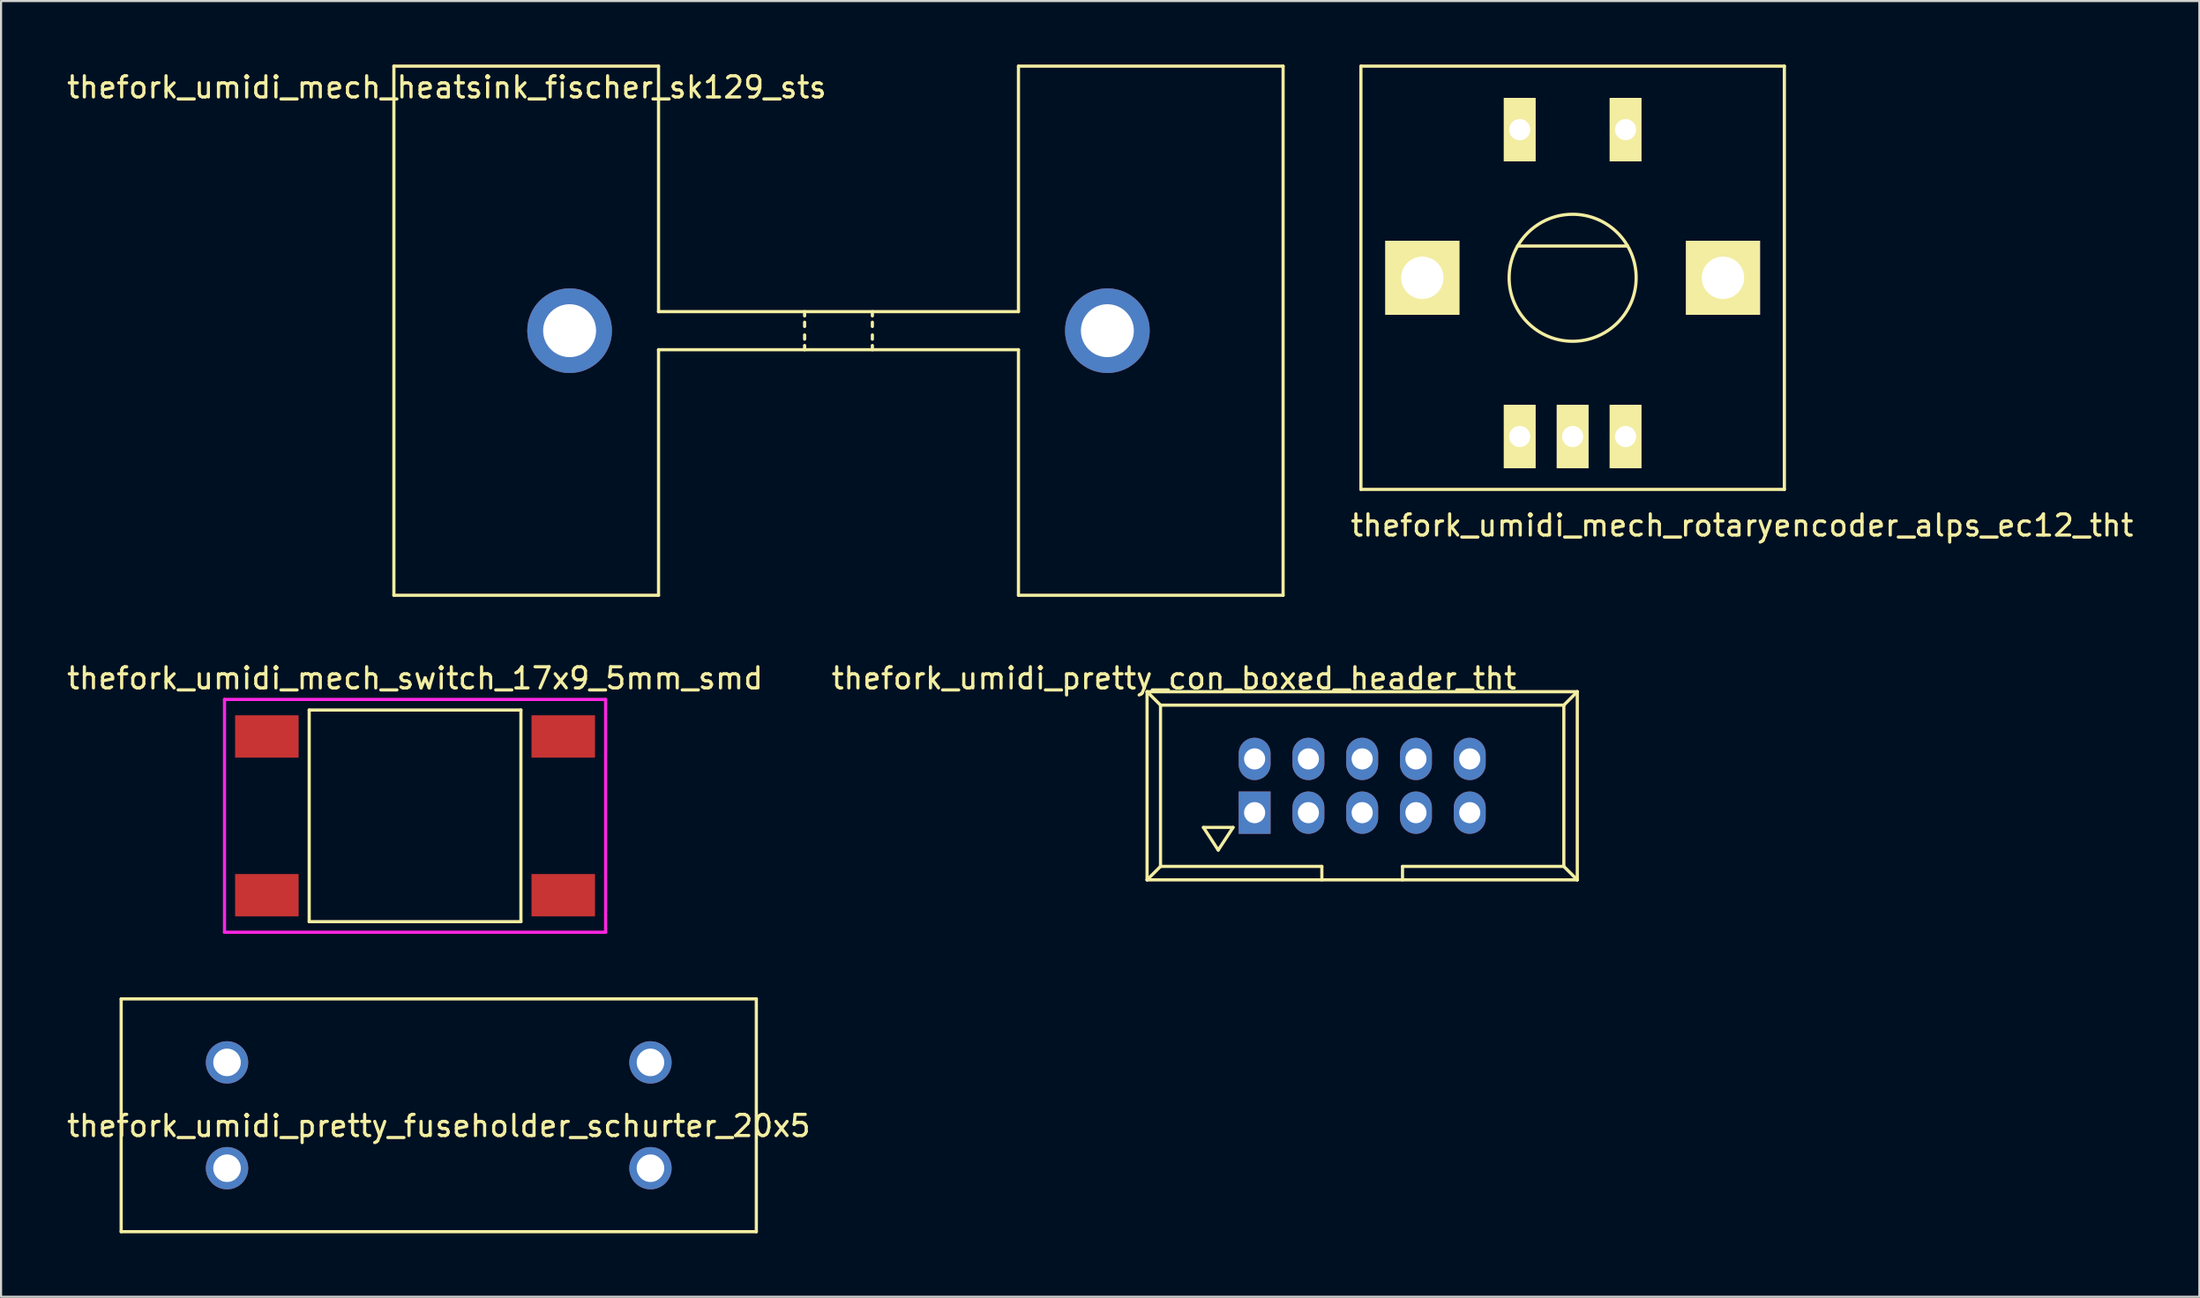
<source format=kicad_pcb>
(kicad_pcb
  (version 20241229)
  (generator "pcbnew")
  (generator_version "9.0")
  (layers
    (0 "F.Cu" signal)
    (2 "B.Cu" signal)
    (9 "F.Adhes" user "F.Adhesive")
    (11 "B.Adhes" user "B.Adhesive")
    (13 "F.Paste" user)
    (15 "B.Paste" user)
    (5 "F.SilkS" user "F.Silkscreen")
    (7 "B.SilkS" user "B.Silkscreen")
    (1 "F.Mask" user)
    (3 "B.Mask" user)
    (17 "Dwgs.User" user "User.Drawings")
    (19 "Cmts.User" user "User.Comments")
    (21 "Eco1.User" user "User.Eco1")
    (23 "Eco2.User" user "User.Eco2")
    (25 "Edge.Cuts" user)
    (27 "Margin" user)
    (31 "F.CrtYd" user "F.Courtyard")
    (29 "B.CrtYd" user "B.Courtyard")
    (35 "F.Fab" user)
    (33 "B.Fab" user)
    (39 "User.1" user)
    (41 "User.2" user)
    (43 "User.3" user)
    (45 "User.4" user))
  (footprint "thefork_umidi_mech_heatsink_fischer_sk129_sts"
    (layer "F.Cu")
    (at 36.554 12.575)
    (property "Reference" "thefork_umidi_mech_heatsink_fischer_sk129_sts" (at -18.5 -11.5 0) (layer "F.SilkS") (effects (font (size 1 1) (thickness 0.15))))
    (attr through_hole)
    (fp_line (start -21 -12.5) (end -21 12.5) (stroke (width 0.15) (type solid)) (layer "F.SilkS"))
    (fp_line (start -8.5 -12.5) (end -21 -12.5) (stroke (width 0.15) (type solid)) (layer "F.SilkS"))
    (fp_line (start -8.5 -0.9) (end -8.5 -12.5) (stroke (width 0.15) (type solid)) (layer "F.SilkS"))
    (fp_line (start -8.5 12.5) (end -21 12.5) (stroke (width 0.15) (type solid)) (layer "F.SilkS"))
    (fp_line (start -8.5 12.5) (end -8.5 0.9) (stroke (width 0.15) (type solid)) (layer "F.SilkS"))
    (fp_line (start -1.6 -0.9) (end -1.6 -0.7) (stroke (width 0.15) (type solid)) (layer "F.SilkS"))
    (fp_line (start -1.6 -0.4) (end -1.6 -0.2) (stroke (width 0.15) (type solid)) (layer "F.SilkS"))
    (fp_line (start -1.6 0.2) (end -1.6 0.4) (stroke (width 0.15) (type solid)) (layer "F.SilkS"))
    (fp_line (start -1.6 0.7) (end -1.6 0.9) (stroke (width 0.15) (type solid)) (layer "F.SilkS"))
    (fp_line (start 1.6 -0.9) (end 1.6 -0.7) (stroke (width 0.15) (type solid)) (layer "F.SilkS"))
    (fp_line (start 1.6 -0.4) (end 1.6 -0.2) (stroke (width 0.15) (type solid)) (layer "F.SilkS"))
    (fp_line (start 1.6 0.2) (end 1.6 0.4) (stroke (width 0.15) (type solid)) (layer "F.SilkS"))
    (fp_line (start 1.6 0.7) (end 1.6 0.9) (stroke (width 0.15) (type solid)) (layer "F.SilkS"))
    (fp_line (start 8.5 -0.9) (end -8.5 -0.9) (stroke (width 0.15) (type solid)) (layer "F.SilkS"))
    (fp_line (start 8.5 -0.9) (end 8.5 -12.5) (stroke (width 0.15) (type solid)) (layer "F.SilkS"))
    (fp_line (start 8.5 0.9) (end -8.5 0.9) (stroke (width 0.15) (type solid)) (layer "F.SilkS"))
    (fp_line (start 8.5 12.5) (end 8.5 0.9) (stroke (width 0.15) (type solid)) (layer "F.SilkS"))
    (fp_line (start 21 -12.5) (end 8.5 -12.5) (stroke (width 0.15) (type solid)) (layer "F.SilkS"))
    (fp_line (start 21 -12.5) (end 21 12.5) (stroke (width 0.15) (type solid)) (layer "F.SilkS"))
    (fp_line (start 21 12.5) (end 8.5 12.5) (stroke (width 0.15) (type solid)) (layer "F.SilkS"))
    (pad "1" thru_hole circle (at -12.7 0) (size 4 4) (drill 2.5) (layers "*.Cu" "*.Mask"))
    (pad "1" thru_hole circle (at 12.7 0) (size 4 4) (drill 2.5) (layers "*.Cu" "*.Mask")))
  (footprint "thefork_umidi_mech_switch_17x9_5mm_smd"
    (layer "F.Cu")
    (at 16.554 35.498)
    (property "Reference" "thefork_umidi_mech_switch_17x9_5mm_smd" (at 0 -6.5 0) (layer "F.SilkS") (effects (font (size 1 1) (thickness 0.15))))
    (attr through_hole)
    (fp_line (start -5 -5) (end 5 -5) (stroke (width 0.15) (type solid)) (layer "F.SilkS"))
    (fp_line (start -5 5) (end -5 -5) (stroke (width 0.15) (type solid)) (layer "F.SilkS"))
    (fp_line (start 5 -5) (end 5 5) (stroke (width 0.15) (type solid)) (layer "F.SilkS"))
    (fp_line (start 5 5) (end -5 5) (stroke (width 0.15) (type solid)) (layer "F.SilkS"))
    (fp_line (start -9 -5.5) (end 9 -5.5) (stroke (width 0.15) (type solid)) (layer "F.CrtYd"))
    (fp_line (start -9 5.5) (end -9 -5.5) (stroke (width 0.15) (type solid)) (layer "F.CrtYd"))
    (fp_line (start 9 -5.5) (end 9 5.5) (stroke (width 0.15) (type solid)) (layer "F.CrtYd"))
    (fp_line (start 9 5.5) (end -9 5.5) (stroke (width 0.15) (type solid)) (layer "F.CrtYd"))
    (pad "1" smd rect (at -7 -3.75) (size 3 2) (layers "F.Cu" "F.Mask" "F.Paste"))
    (pad "1" smd rect (at 7 -3.75) (size 3 2) (layers "F.Cu" "F.Mask" "F.Paste"))
    (pad "2" smd rect (at -7 3.75) (size 3 2) (layers "F.Cu" "F.Mask" "F.Paste"))
    (pad "2" smd rect (at 7 3.75) (size 3 2) (layers "F.Cu" "F.Mask" "F.Paste")))
  (footprint "thefork_umidi_pretty_con_boxed_header_tht"
    (layer "F.Cu")
    (at 61.289 34.078)
    (property "Reference" "thefork_umidi_pretty_con_boxed_header_tht" (at -8.89 -5.08 0) (layer "F.SilkS") (effects (font (size 1 1) (thickness 0.15))))
    (attr exclude_from_pos_files exclude_from_bom)
    (fp_line (start -10.16 -4.445) (end -10.16 4.445) (stroke (width 0.15) (type solid)) (layer "F.SilkS"))
    (fp_line (start -10.16 4.445) (end 10.16 4.445) (stroke (width 0.15) (type solid)) (layer "F.SilkS"))
    (fp_line (start -9.525 -3.81) (end -10.16 -4.445) (stroke (width 0.15) (type solid)) (layer "F.SilkS"))
    (fp_line (start -9.525 -3.81) (end -9.525 3.81) (stroke (width 0.15) (type solid)) (layer "F.SilkS"))
    (fp_line (start -9.525 3.81) (end -10.16 4.445) (stroke (width 0.15) (type solid)) (layer "F.SilkS"))
    (fp_line (start -9.525 3.81) (end -1.905 3.81) (stroke (width 0.15) (type solid)) (layer "F.SilkS"))
    (fp_line (start -7.498 1.968) (end -6.8 3.038) (stroke (width 0.15) (type solid)) (layer "F.SilkS"))
    (fp_line (start -6.8 3.038) (end -6.099 1.968) (stroke (width 0.15) (type solid)) (layer "F.SilkS"))
    (fp_line (start -6.099 1.968) (end -7.498 1.968) (stroke (width 0.15) (type solid)) (layer "F.SilkS"))
    (fp_line (start -1.905 3.81) (end -1.905 4.445) (stroke (width 0.15) (type solid)) (layer "F.SilkS"))
    (fp_line (start 1.905 3.81) (end 9.525 3.81) (stroke (width 0.15) (type solid)) (layer "F.SilkS"))
    (fp_line (start 1.905 4.445) (end 1.905 3.81) (stroke (width 0.15) (type solid)) (layer "F.SilkS"))
    (fp_line (start 9.525 -3.81) (end -9.525 -3.81) (stroke (width 0.15) (type solid)) (layer "F.SilkS"))
    (fp_line (start 9.525 -3.81) (end 10.16 -4.445) (stroke (width 0.15) (type solid)) (layer "F.SilkS"))
    (fp_line (start 9.525 3.81) (end 9.525 -3.81) (stroke (width 0.15) (type solid)) (layer "F.SilkS"))
    (fp_line (start 9.525 3.81) (end 10.16 4.445) (stroke (width 0.15) (type solid)) (layer "F.SilkS"))
    (fp_line (start 10.16 -4.445) (end -10.16 -4.445) (stroke (width 0.15) (type solid)) (layer "F.SilkS"))
    (fp_line (start 10.16 -4.445) (end 10.16 4.445) (stroke (width 0.15) (type solid)) (layer "F.SilkS"))
    (pad "1" thru_hole rect (at -5.08 1.27) (size 1.506 2) (drill 0.998) (layers "*.Cu" "*.Mask"))
    (pad "2" thru_hole oval (at -5.08 -1.27) (size 1.506 2) (drill 0.998) (layers "*.Cu" "*.Mask"))
    (pad "3" thru_hole oval (at -2.54 1.27) (size 1.506 2) (drill 0.998) (layers "*.Cu" "*.Mask"))
    (pad "4" thru_hole oval (at -2.54 -1.27) (size 1.506 2) (drill 0.998) (layers "*.Cu" "*.Mask"))
    (pad "5" thru_hole oval (at 0 1.27) (size 1.506 2) (drill 0.998) (layers "*.Cu" "*.Mask"))
    (pad "6" thru_hole oval (at 0 -1.27) (size 1.506 2) (drill 0.998) (layers "*.Cu" "*.Mask"))
    (pad "7" thru_hole oval (at 2.54 1.27) (size 1.506 2) (drill 0.998) (layers "*.Cu" "*.Mask"))
    (pad "8" thru_hole oval (at 2.54 -1.27) (size 1.506 2) (drill 0.998) (layers "*.Cu" "*.Mask"))
    (pad "9" thru_hole oval (at 5.08 1.27) (size 1.506 2) (drill 0.998) (layers "*.Cu" "*.Mask"))
    (pad "10" thru_hole oval (at 5.08 -1.27) (size 1.506 2) (drill 0.998) (layers "*.Cu" "*.Mask")))
  (footprint "thefork_umidi_mech_rotaryencoder_alps_ec12_tht"
    (layer "F.Cu")
    (at 71.23 10.075)
    (property "Reference" "thefork_umidi_mech_rotaryencoder_alps_ec12_tht" (at 8 11.7 0) (layer "F.SilkS") (effects (font (size 1 1) (thickness 0.15))))
    (attr through_hole)
    (fp_line (start -10 -10) (end 10 -10) (stroke (width 0.15) (type solid)) (layer "F.SilkS"))
    (fp_line (start -10 10) (end -10 -10) (stroke (width 0.15) (type solid)) (layer "F.SilkS"))
    (fp_line (start -2.6 -1.5) (end 2.6 -1.5) (stroke (width 0.15) (type solid)) (layer "F.SilkS"))
    (fp_line (start 10 -10) (end 10 10) (stroke (width 0.15) (type solid)) (layer "F.SilkS"))
    (fp_line (start 10 10) (end -10 10) (stroke (width 0.15) (type solid)) (layer "F.SilkS"))
    (fp_circle (center 0 0) (end 3 0) (stroke (width 0.15) (type solid)) (fill no) (layer "F.SilkS"))
    (pad "1" thru_hole rect (at -2.5 7.5) (size 1.5 3) (drill 1) (layers "*.Cu" "*.Mask" "F.SilkS"))
    (pad "2" thru_hole rect (at 2.5 7.5) (size 1.5 3) (drill 1) (layers "*.Cu" "*.Mask" "F.SilkS"))
    (pad "3" thru_hole rect (at 0 7.5) (size 1.5 3) (drill 1) (layers "*.Cu" "*.Mask" "F.SilkS"))
    (pad "4" thru_hole rect (at -2.5 -7) (size 1.5 3) (drill 1) (layers "*.Cu" "*.Mask" "F.SilkS"))
    (pad "5" thru_hole rect (at 2.5 -7 180) (size 1.5 3) (drill 1) (layers "*.Cu" "*.Mask" "F.SilkS"))
    (pad "6" thru_hole rect (at -7.1 0) (size 3.5 3.5) (drill 2) (layers "*.Cu" "*.Mask" "F.SilkS"))
    (pad "7" thru_hole rect (at 7.1 0) (size 3.5 3.5) (drill 2) (layers "*.Cu" "*.Mask" "F.SilkS")))
  (footprint "thefork_umidi_pretty_fuseholder_schurter_20x5"
    (layer "F.Cu")
    (at 17.673 49.648)
    (property "Reference" "thefork_umidi_pretty_fuseholder_schurter_20x5" (at 0 0.5 0) (layer "F.SilkS") (effects (font (size 1 1) (thickness 0.15))))
    (attr through_hole)
    (fp_line (start -15 -5.5) (end -15 5.5) (stroke (width 0.15) (type solid)) (layer "F.SilkS"))
    (fp_line (start -15 -5.5) (end 15 -5.5) (stroke (width 0.15) (type solid)) (layer "F.SilkS"))
    (fp_line (start -15 5.5) (end 15 5.5) (stroke (width 0.15) (type solid)) (layer "F.SilkS"))
    (fp_line (start 15 -5.5) (end 15 5.5) (stroke (width 0.15) (type solid)) (layer "F.SilkS"))
    (pad "1" thru_hole circle (at -10 -2.5) (size 2 2) (drill 1.3) (layers "*.Cu" "*.Mask"))
    (pad "1" thru_hole circle (at -10 2.5) (size 2 2) (drill 1.3) (layers "*.Cu" "*.Mask"))
    (pad "2" thru_hole circle (at 10 -2.5) (size 2 2) (drill 1.3) (layers "*.Cu" "*.Mask"))
    (pad "2" thru_hole circle (at 10 2.5) (size 2 2) (drill 1.3) (layers "*.Cu" "*.Mask")))
  (gr_rect
    (start -3 -3)
    (end 100.831 58.223)
    (stroke (width 0.1) (type default))
    (fill no)
    (layer "Edge.Cuts")))
</source>
